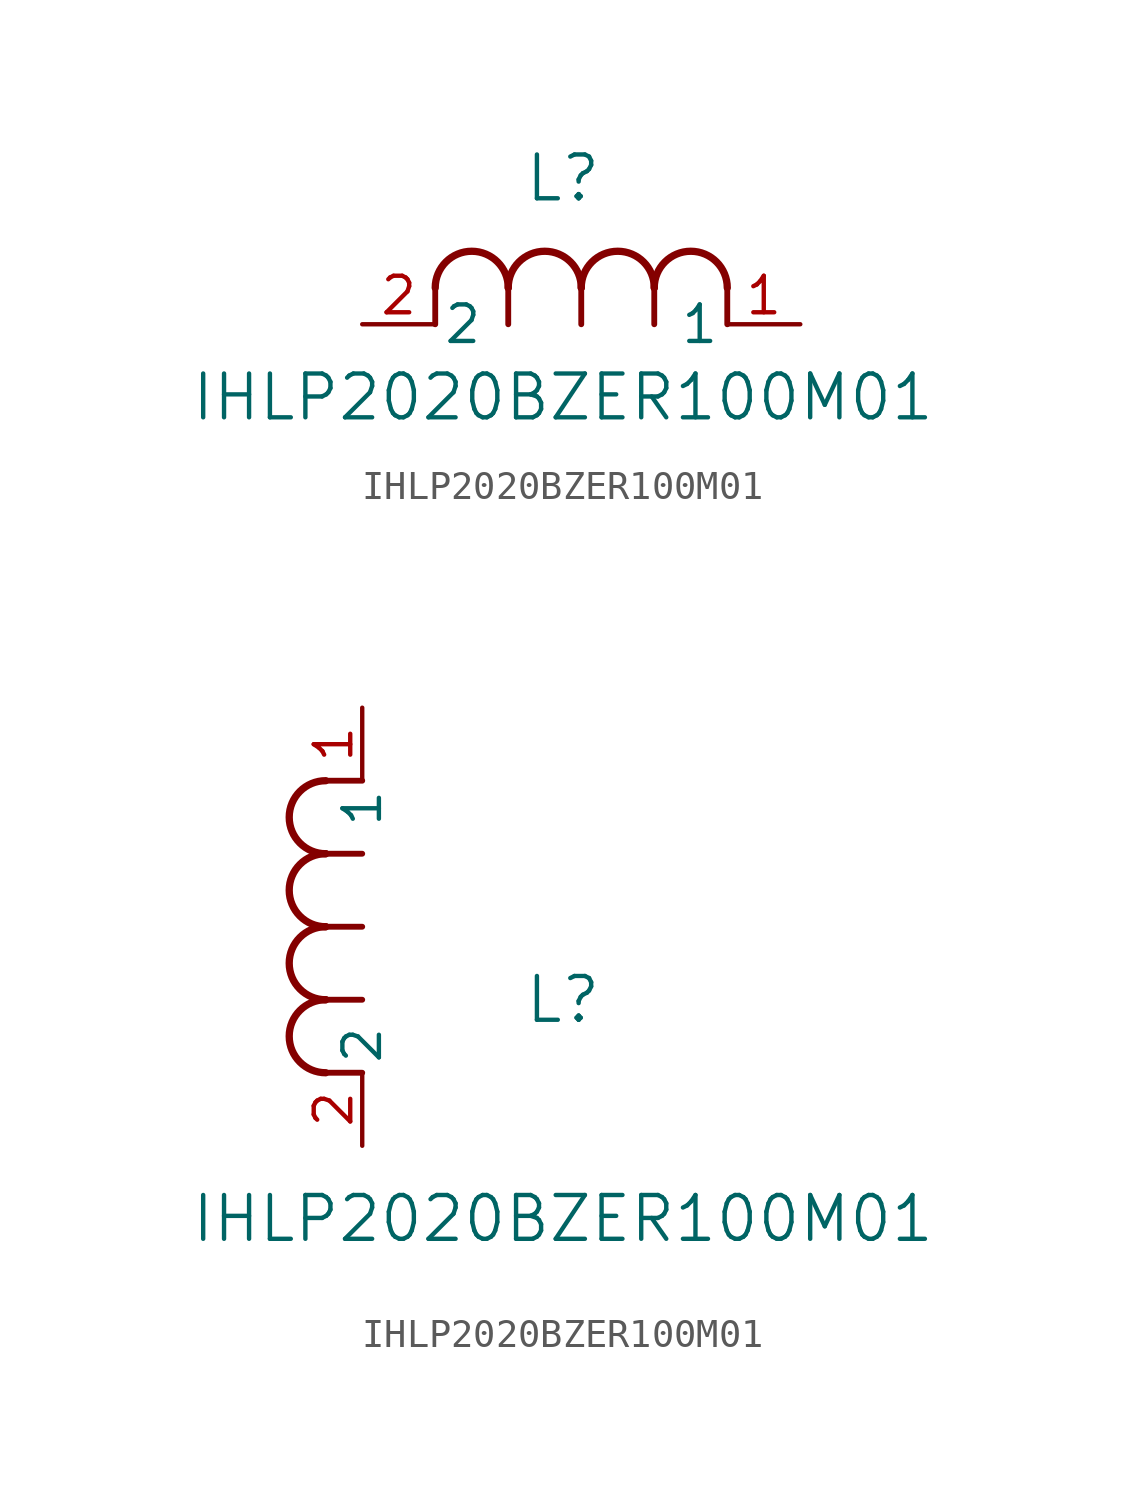
<source format=kicad_sym>
(kicad_symbol_lib
  (version 20211014)
  (generator kicad_symbol_editor)
  (symbol "IHLP2020BZER100M01"
    (pin_names
      (offset 0.254))
    (property "Reference" "L"
      (at 6.985 5.08 0)
      (effects (font (size 1.524 1.524))))
    (property "Value" "IHLP2020BZER100M01"
      (at 6.985 -2.54 0)
      (effects (font (size 1.524 1.524))))
    (symbol "IHLP2020BZER100M01_1_1"
      (arc (start 7.62 1.27) (mid 6.35 2.54) (end 5.08 1.27) (stroke (width 0.254) (type default) (color 0 0 0 0)) (fill (type none)))
      (polyline (pts (xy 5.08 0) (xy 5.08 1.27)) (stroke (width 0.203) (type default) (color 0 0 0 0)) (fill (type none)))
      (polyline (pts (xy 7.62 0) (xy 7.62 1.27)) (stroke (width 0.203) (type default) (color 0 0 0 0)) (fill (type none)))
      (polyline (pts (xy 12.7 0) (xy 12.7 1.27)) (stroke (width 0.203) (type default) (color 0 0 0 0)) (fill (type none)))
      (arc (start 5.08 1.27) (mid 3.81 2.54) (end 2.54 1.27) (stroke (width 0.254) (type default) (color 0 0 0 0)) (fill (type none)))
      (arc (start 10.16 1.27) (mid 8.89 2.54) (end 7.62 1.27) (stroke (width 0.254) (type default) (color 0 0 0 0)) (fill (type none)))
      (arc (start 12.7 1.27) (mid 11.43 2.54) (end 10.16 1.27) (stroke (width 0.254) (type default) (color 0 0 0 0)) (fill (type none)))
      (polyline (pts (xy 2.54 0) (xy 2.54 1.27)) (stroke (width 0.203) (type default) (color 0 0 0 0)) (fill (type none)))
      (polyline (pts (xy 10.16 0) (xy 10.16 1.27)) (stroke (width 0.203) (type default) (color 0 0 0 0)) (fill (type none)))
      (pin unspecified line (at 0 0 0) (length 2.54) (name "2" (effects (font (size 1.27 1.27)))) (number "2" (effects (font (size 1.27 1.27)))))
      (pin unspecified line (at 15.24 0 180) (length 2.54) (name "1" (effects (font (size 1.27 1.27)))) (number "1" (effects (font (size 1.27 1.27))))))
    (symbol "IHLP2020BZER100M01_1_2"
      (arc (start -1.27 7.62) (mid -2.54 6.35) (end -1.27 5.08) (stroke (width 0.254) (type default) (color 0 0 0 0)) (fill (type none)))
      (arc (start -1.27 5.08) (mid -2.54 3.81) (end -1.27 2.54) (stroke (width 0.254) (type default) (color 0 0 0 0)) (fill (type none)))
      (arc (start -1.27 12.7) (mid -2.54 11.43) (end -1.27 10.16) (stroke (width 0.254) (type default) (color 0 0 0 0)) (fill (type none)))
      (arc (start -1.27 10.16) (mid -2.54 8.89) (end -1.27 7.62) (stroke (width 0.254) (type default) (color 0 0 0 0)) (fill (type none)))
      (polyline (pts (xy 0 7.62) (xy -1.27 7.62)) (stroke (width 0.203) (type default) (color 0 0 0 0)) (fill (type none)))
      (polyline (pts (xy 0 5.08) (xy -1.27 5.08)) (stroke (width 0.203) (type default) (color 0 0 0 0)) (fill (type none)))
      (polyline (pts (xy 0 12.7) (xy -1.27 12.7)) (stroke (width 0.203) (type default) (color 0 0 0 0)) (fill (type none)))
      (polyline (pts (xy 0 2.54) (xy -1.27 2.54)) (stroke (width 0.203) (type default) (color 0 0 0 0)) (fill (type none)))
      (polyline (pts (xy 0 10.16) (xy -1.27 10.16)) (stroke (width 0.203) (type default) (color 0 0 0 0)) (fill (type none)))
      (pin unspecified line (at 0 0 90) (length 2.54) (name "2" (effects (font (size 1.27 1.27)))) (number "2" (effects (font (size 1.27 1.27)))))
      (pin unspecified line (at 0 15.24 270) (length 2.54) (name "1" (effects (font (size 1.27 1.27)))) (number "1" (effects (font (size 1.27 1.27))))))))
</source>
